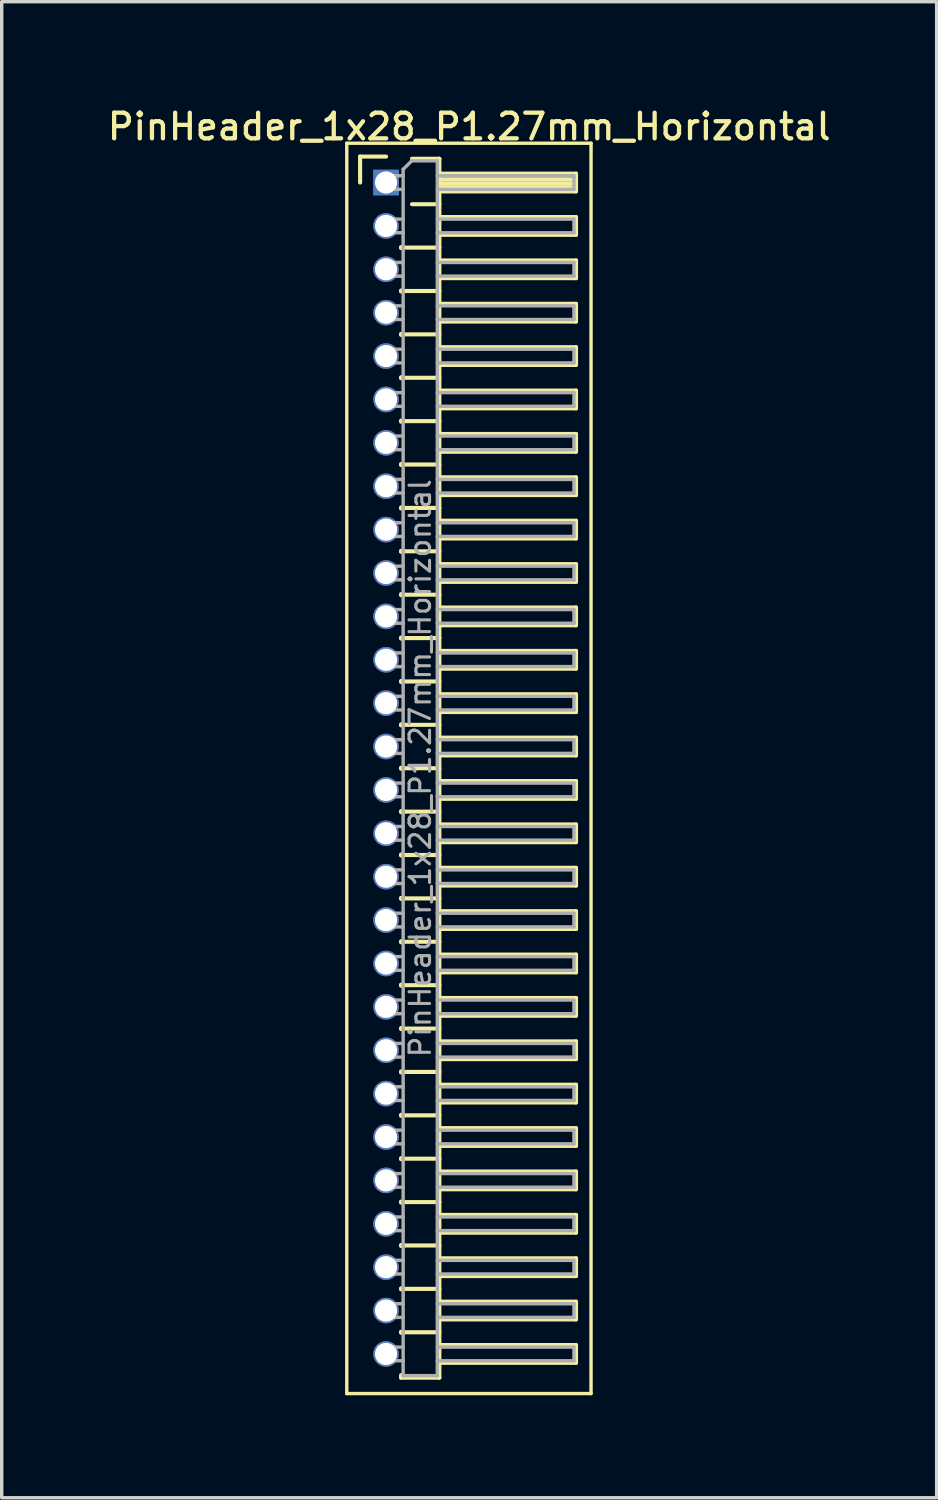
<source format=kicad_pcb>
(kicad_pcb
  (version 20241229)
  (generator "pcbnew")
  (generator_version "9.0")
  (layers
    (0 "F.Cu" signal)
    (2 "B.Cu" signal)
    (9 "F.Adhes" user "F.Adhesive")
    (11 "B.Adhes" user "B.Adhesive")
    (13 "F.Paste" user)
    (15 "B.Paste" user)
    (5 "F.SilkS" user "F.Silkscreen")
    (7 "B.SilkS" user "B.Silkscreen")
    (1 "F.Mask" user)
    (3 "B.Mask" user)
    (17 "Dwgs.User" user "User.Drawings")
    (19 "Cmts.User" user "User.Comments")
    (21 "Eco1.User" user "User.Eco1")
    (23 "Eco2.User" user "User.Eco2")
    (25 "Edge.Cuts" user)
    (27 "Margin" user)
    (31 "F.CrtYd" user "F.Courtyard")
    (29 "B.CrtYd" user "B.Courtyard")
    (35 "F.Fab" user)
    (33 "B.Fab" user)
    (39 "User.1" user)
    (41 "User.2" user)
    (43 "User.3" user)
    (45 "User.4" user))
  (footprint "PinHeader_1x28_P1.27mm_Horizontal"
    (layer "F.Cu")
    (at 8.251 2.293)
    (property "Reference" "PinHeader_1x28_P1.27mm_Horizontal" (at 2.433 -1.635 0) (layer "F.SilkS") (effects (font (size 0.75 0.75) (thickness 0.125))))
    (attr through_hole)
    (fp_line (start -1.15 -1.15) (end -1.15 35.45) (stroke (width 0.1) (type solid)) (layer "F.SilkS"))
    (fp_line (start -1.15 35.45) (end 6 35.45) (stroke (width 0.1) (type solid)) (layer "F.SilkS"))
    (fp_line (start -0.76 -0.76) (end 0 -0.76) (stroke (width 0.12) (type solid)) (layer "F.SilkS"))
    (fp_line (start -0.76 0) (end -0.76 -0.76) (stroke (width 0.12) (type solid)) (layer "F.SilkS"))
    (fp_line (start 0.44 1.89) (end 0.44 1.92) (stroke (width 0.12) (type solid)) (layer "F.SilkS"))
    (fp_line (start 0.44 1.905) (end 1.56 1.905) (stroke (width 0.12) (type solid)) (layer "F.SilkS"))
    (fp_line (start 0.44 3.16) (end 0.44 3.19) (stroke (width 0.12) (type solid)) (layer "F.SilkS"))
    (fp_line (start 0.44 3.175) (end 1.56 3.175) (stroke (width 0.12) (type solid)) (layer "F.SilkS"))
    (fp_line (start 0.44 4.43) (end 0.44 4.46) (stroke (width 0.12) (type solid)) (layer "F.SilkS"))
    (fp_line (start 0.44 4.445) (end 1.56 4.445) (stroke (width 0.12) (type solid)) (layer "F.SilkS"))
    (fp_line (start 0.44 5.7) (end 0.44 5.73) (stroke (width 0.12) (type solid)) (layer "F.SilkS"))
    (fp_line (start 0.44 5.715) (end 1.56 5.715) (stroke (width 0.12) (type solid)) (layer "F.SilkS"))
    (fp_line (start 0.44 6.97) (end 0.44 7) (stroke (width 0.12) (type solid)) (layer "F.SilkS"))
    (fp_line (start 0.44 6.985) (end 1.56 6.985) (stroke (width 0.12) (type solid)) (layer "F.SilkS"))
    (fp_line (start 0.44 8.24) (end 0.44 8.27) (stroke (width 0.12) (type solid)) (layer "F.SilkS"))
    (fp_line (start 0.44 8.255) (end 1.56 8.255) (stroke (width 0.12) (type solid)) (layer "F.SilkS"))
    (fp_line (start 0.44 9.51) (end 0.44 9.54) (stroke (width 0.12) (type solid)) (layer "F.SilkS"))
    (fp_line (start 0.44 9.525) (end 1.56 9.525) (stroke (width 0.12) (type solid)) (layer "F.SilkS"))
    (fp_line (start 0.44 10.78) (end 0.44 10.81) (stroke (width 0.12) (type solid)) (layer "F.SilkS"))
    (fp_line (start 0.44 10.795) (end 1.56 10.795) (stroke (width 0.12) (type solid)) (layer "F.SilkS"))
    (fp_line (start 0.44 12.05) (end 0.44 12.08) (stroke (width 0.12) (type solid)) (layer "F.SilkS"))
    (fp_line (start 0.44 12.065) (end 1.56 12.065) (stroke (width 0.12) (type solid)) (layer "F.SilkS"))
    (fp_line (start 0.44 13.32) (end 0.44 13.35) (stroke (width 0.12) (type solid)) (layer "F.SilkS"))
    (fp_line (start 0.44 13.335) (end 1.56 13.335) (stroke (width 0.12) (type solid)) (layer "F.SilkS"))
    (fp_line (start 0.44 14.59) (end 0.44 14.62) (stroke (width 0.12) (type solid)) (layer "F.SilkS"))
    (fp_line (start 0.44 14.605) (end 1.56 14.605) (stroke (width 0.12) (type solid)) (layer "F.SilkS"))
    (fp_line (start 0.44 15.86) (end 0.44 15.89) (stroke (width 0.12) (type solid)) (layer "F.SilkS"))
    (fp_line (start 0.44 15.875) (end 1.56 15.875) (stroke (width 0.12) (type solid)) (layer "F.SilkS"))
    (fp_line (start 0.44 17.13) (end 0.44 17.16) (stroke (width 0.12) (type solid)) (layer "F.SilkS"))
    (fp_line (start 0.44 17.145) (end 1.56 17.145) (stroke (width 0.12) (type solid)) (layer "F.SilkS"))
    (fp_line (start 0.44 18.4) (end 0.44 18.43) (stroke (width 0.12) (type solid)) (layer "F.SilkS"))
    (fp_line (start 0.44 18.415) (end 1.56 18.415) (stroke (width 0.12) (type solid)) (layer "F.SilkS"))
    (fp_line (start 0.44 19.67) (end 0.44 19.7) (stroke (width 0.12) (type solid)) (layer "F.SilkS"))
    (fp_line (start 0.44 19.685) (end 1.56 19.685) (stroke (width 0.12) (type solid)) (layer "F.SilkS"))
    (fp_line (start 0.44 20.94) (end 0.44 20.97) (stroke (width 0.12) (type solid)) (layer "F.SilkS"))
    (fp_line (start 0.44 20.955) (end 1.56 20.955) (stroke (width 0.12) (type solid)) (layer "F.SilkS"))
    (fp_line (start 0.44 22.21) (end 0.44 22.24) (stroke (width 0.12) (type solid)) (layer "F.SilkS"))
    (fp_line (start 0.44 22.225) (end 1.56 22.225) (stroke (width 0.12) (type solid)) (layer "F.SilkS"))
    (fp_line (start 0.44 23.48) (end 0.44 23.51) (stroke (width 0.12) (type solid)) (layer "F.SilkS"))
    (fp_line (start 0.44 23.495) (end 1.56 23.495) (stroke (width 0.12) (type solid)) (layer "F.SilkS"))
    (fp_line (start 0.44 24.75) (end 0.44 24.78) (stroke (width 0.12) (type solid)) (layer "F.SilkS"))
    (fp_line (start 0.44 24.765) (end 1.56 24.765) (stroke (width 0.12) (type solid)) (layer "F.SilkS"))
    (fp_line (start 0.44 26.02) (end 0.44 26.05) (stroke (width 0.12) (type solid)) (layer "F.SilkS"))
    (fp_line (start 0.44 26.035) (end 1.56 26.035) (stroke (width 0.12) (type solid)) (layer "F.SilkS"))
    (fp_line (start 0.44 27.29) (end 0.44 27.32) (stroke (width 0.12) (type solid)) (layer "F.SilkS"))
    (fp_line (start 0.44 27.305) (end 1.56 27.305) (stroke (width 0.12) (type solid)) (layer "F.SilkS"))
    (fp_line (start 0.44 28.56) (end 0.44 28.59) (stroke (width 0.12) (type solid)) (layer "F.SilkS"))
    (fp_line (start 0.44 28.575) (end 1.56 28.575) (stroke (width 0.12) (type solid)) (layer "F.SilkS"))
    (fp_line (start 0.44 29.83) (end 0.44 29.86) (stroke (width 0.12) (type solid)) (layer "F.SilkS"))
    (fp_line (start 0.44 29.845) (end 1.56 29.845) (stroke (width 0.12) (type solid)) (layer "F.SilkS"))
    (fp_line (start 0.44 31.1) (end 0.44 31.13) (stroke (width 0.12) (type solid)) (layer "F.SilkS"))
    (fp_line (start 0.44 31.115) (end 1.56 31.115) (stroke (width 0.12) (type solid)) (layer "F.SilkS"))
    (fp_line (start 0.44 32.37) (end 0.44 32.4) (stroke (width 0.12) (type solid)) (layer "F.SilkS"))
    (fp_line (start 0.44 32.385) (end 1.56 32.385) (stroke (width 0.12) (type solid)) (layer "F.SilkS"))
    (fp_line (start 0.44 33.64) (end 0.44 33.67) (stroke (width 0.12) (type solid)) (layer "F.SilkS"))
    (fp_line (start 0.44 33.655) (end 1.56 33.655) (stroke (width 0.12) (type solid)) (layer "F.SilkS"))
    (fp_line (start 0.44 34.985) (end 0.44 34.91) (stroke (width 0.12) (type solid)) (layer "F.SilkS"))
    (fp_line (start 0.76 -0.695) (end 1.56 -0.695) (stroke (width 0.12) (type solid)) (layer "F.SilkS"))
    (fp_line (start 0.76 0.635) (end 1.56 0.635) (stroke (width 0.12) (type solid)) (layer "F.SilkS"))
    (fp_line (start 1.56 -0.695) (end 1.56 34.985) (stroke (width 0.12) (type solid)) (layer "F.SilkS"))
    (fp_line (start 1.56 -0.26) (end 5.56 -0.26) (stroke (width 0.12) (type solid)) (layer "F.SilkS"))
    (fp_line (start 1.56 -0.2) (end 5.56 -0.2) (stroke (width 0.12) (type solid)) (layer "F.SilkS"))
    (fp_line (start 1.56 -0.08) (end 5.56 -0.08) (stroke (width 0.12) (type solid)) (layer "F.SilkS"))
    (fp_line (start 1.56 0.04) (end 5.56 0.04) (stroke (width 0.12) (type solid)) (layer "F.SilkS"))
    (fp_line (start 1.56 0.16) (end 5.56 0.16) (stroke (width 0.12) (type solid)) (layer "F.SilkS"))
    (fp_line (start 1.56 1.01) (end 5.56 1.01) (stroke (width 0.12) (type solid)) (layer "F.SilkS"))
    (fp_line (start 1.56 2.28) (end 5.56 2.28) (stroke (width 0.12) (type solid)) (layer "F.SilkS"))
    (fp_line (start 1.56 3.55) (end 5.56 3.55) (stroke (width 0.12) (type solid)) (layer "F.SilkS"))
    (fp_line (start 1.56 4.82) (end 5.56 4.82) (stroke (width 0.12) (type solid)) (layer "F.SilkS"))
    (fp_line (start 1.56 6.09) (end 5.56 6.09) (stroke (width 0.12) (type solid)) (layer "F.SilkS"))
    (fp_line (start 1.56 7.36) (end 5.56 7.36) (stroke (width 0.12) (type solid)) (layer "F.SilkS"))
    (fp_line (start 1.56 8.63) (end 5.56 8.63) (stroke (width 0.12) (type solid)) (layer "F.SilkS"))
    (fp_line (start 1.56 9.9) (end 5.56 9.9) (stroke (width 0.12) (type solid)) (layer "F.SilkS"))
    (fp_line (start 1.56 11.17) (end 5.56 11.17) (stroke (width 0.12) (type solid)) (layer "F.SilkS"))
    (fp_line (start 1.56 12.44) (end 5.56 12.44) (stroke (width 0.12) (type solid)) (layer "F.SilkS"))
    (fp_line (start 1.56 13.71) (end 5.56 13.71) (stroke (width 0.12) (type solid)) (layer "F.SilkS"))
    (fp_line (start 1.56 14.98) (end 5.56 14.98) (stroke (width 0.12) (type solid)) (layer "F.SilkS"))
    (fp_line (start 1.56 16.25) (end 5.56 16.25) (stroke (width 0.12) (type solid)) (layer "F.SilkS"))
    (fp_line (start 1.56 17.52) (end 5.56 17.52) (stroke (width 0.12) (type solid)) (layer "F.SilkS"))
    (fp_line (start 1.56 18.79) (end 5.56 18.79) (stroke (width 0.12) (type solid)) (layer "F.SilkS"))
    (fp_line (start 1.56 20.06) (end 5.56 20.06) (stroke (width 0.12) (type solid)) (layer "F.SilkS"))
    (fp_line (start 1.56 21.33) (end 5.56 21.33) (stroke (width 0.12) (type solid)) (layer "F.SilkS"))
    (fp_line (start 1.56 22.6) (end 5.56 22.6) (stroke (width 0.12) (type solid)) (layer "F.SilkS"))
    (fp_line (start 1.56 23.87) (end 5.56 23.87) (stroke (width 0.12) (type solid)) (layer "F.SilkS"))
    (fp_line (start 1.56 25.14) (end 5.56 25.14) (stroke (width 0.12) (type solid)) (layer "F.SilkS"))
    (fp_line (start 1.56 26.41) (end 5.56 26.41) (stroke (width 0.12) (type solid)) (layer "F.SilkS"))
    (fp_line (start 1.56 27.68) (end 5.56 27.68) (stroke (width 0.12) (type solid)) (layer "F.SilkS"))
    (fp_line (start 1.56 28.95) (end 5.56 28.95) (stroke (width 0.12) (type solid)) (layer "F.SilkS"))
    (fp_line (start 1.56 30.22) (end 5.56 30.22) (stroke (width 0.12) (type solid)) (layer "F.SilkS"))
    (fp_line (start 1.56 31.49) (end 5.56 31.49) (stroke (width 0.12) (type solid)) (layer "F.SilkS"))
    (fp_line (start 1.56 32.76) (end 5.56 32.76) (stroke (width 0.12) (type solid)) (layer "F.SilkS"))
    (fp_line (start 1.56 34.03) (end 5.56 34.03) (stroke (width 0.12) (type solid)) (layer "F.SilkS"))
    (fp_line (start 1.56 34.985) (end 0.44 34.985) (stroke (width 0.12) (type solid)) (layer "F.SilkS"))
    (fp_line (start 5.56 -0.26) (end 5.56 0.26) (stroke (width 0.12) (type solid)) (layer "F.SilkS"))
    (fp_line (start 5.56 0.26) (end 1.56 0.26) (stroke (width 0.12) (type solid)) (layer "F.SilkS"))
    (fp_line (start 5.56 1.01) (end 5.56 1.53) (stroke (width 0.12) (type solid)) (layer "F.SilkS"))
    (fp_line (start 5.56 1.53) (end 1.56 1.53) (stroke (width 0.12) (type solid)) (layer "F.SilkS"))
    (fp_line (start 5.56 2.28) (end 5.56 2.8) (stroke (width 0.12) (type solid)) (layer "F.SilkS"))
    (fp_line (start 5.56 2.8) (end 1.56 2.8) (stroke (width 0.12) (type solid)) (layer "F.SilkS"))
    (fp_line (start 5.56 3.55) (end 5.56 4.07) (stroke (width 0.12) (type solid)) (layer "F.SilkS"))
    (fp_line (start 5.56 4.07) (end 1.56 4.07) (stroke (width 0.12) (type solid)) (layer "F.SilkS"))
    (fp_line (start 5.56 4.82) (end 5.56 5.34) (stroke (width 0.12) (type solid)) (layer "F.SilkS"))
    (fp_line (start 5.56 5.34) (end 1.56 5.34) (stroke (width 0.12) (type solid)) (layer "F.SilkS"))
    (fp_line (start 5.56 6.09) (end 5.56 6.61) (stroke (width 0.12) (type solid)) (layer "F.SilkS"))
    (fp_line (start 5.56 6.61) (end 1.56 6.61) (stroke (width 0.12) (type solid)) (layer "F.SilkS"))
    (fp_line (start 5.56 7.36) (end 5.56 7.88) (stroke (width 0.12) (type solid)) (layer "F.SilkS"))
    (fp_line (start 5.56 7.88) (end 1.56 7.88) (stroke (width 0.12) (type solid)) (layer "F.SilkS"))
    (fp_line (start 5.56 8.63) (end 5.56 9.15) (stroke (width 0.12) (type solid)) (layer "F.SilkS"))
    (fp_line (start 5.56 9.15) (end 1.56 9.15) (stroke (width 0.12) (type solid)) (layer "F.SilkS"))
    (fp_line (start 5.56 9.9) (end 5.56 10.42) (stroke (width 0.12) (type solid)) (layer "F.SilkS"))
    (fp_line (start 5.56 10.42) (end 1.56 10.42) (stroke (width 0.12) (type solid)) (layer "F.SilkS"))
    (fp_line (start 5.56 11.17) (end 5.56 11.69) (stroke (width 0.12) (type solid)) (layer "F.SilkS"))
    (fp_line (start 5.56 11.69) (end 1.56 11.69) (stroke (width 0.12) (type solid)) (layer "F.SilkS"))
    (fp_line (start 5.56 12.44) (end 5.56 12.96) (stroke (width 0.12) (type solid)) (layer "F.SilkS"))
    (fp_line (start 5.56 12.96) (end 1.56 12.96) (stroke (width 0.12) (type solid)) (layer "F.SilkS"))
    (fp_line (start 5.56 13.71) (end 5.56 14.23) (stroke (width 0.12) (type solid)) (layer "F.SilkS"))
    (fp_line (start 5.56 14.23) (end 1.56 14.23) (stroke (width 0.12) (type solid)) (layer "F.SilkS"))
    (fp_line (start 5.56 14.98) (end 5.56 15.5) (stroke (width 0.12) (type solid)) (layer "F.SilkS"))
    (fp_line (start 5.56 15.5) (end 1.56 15.5) (stroke (width 0.12) (type solid)) (layer "F.SilkS"))
    (fp_line (start 5.56 16.25) (end 5.56 16.77) (stroke (width 0.12) (type solid)) (layer "F.SilkS"))
    (fp_line (start 5.56 16.77) (end 1.56 16.77) (stroke (width 0.12) (type solid)) (layer "F.SilkS"))
    (fp_line (start 5.56 17.52) (end 5.56 18.04) (stroke (width 0.12) (type solid)) (layer "F.SilkS"))
    (fp_line (start 5.56 18.04) (end 1.56 18.04) (stroke (width 0.12) (type solid)) (layer "F.SilkS"))
    (fp_line (start 5.56 18.79) (end 5.56 19.31) (stroke (width 0.12) (type solid)) (layer "F.SilkS"))
    (fp_line (start 5.56 19.31) (end 1.56 19.31) (stroke (width 0.12) (type solid)) (layer "F.SilkS"))
    (fp_line (start 5.56 20.06) (end 5.56 20.58) (stroke (width 0.12) (type solid)) (layer "F.SilkS"))
    (fp_line (start 5.56 20.58) (end 1.56 20.58) (stroke (width 0.12) (type solid)) (layer "F.SilkS"))
    (fp_line (start 5.56 21.33) (end 5.56 21.85) (stroke (width 0.12) (type solid)) (layer "F.SilkS"))
    (fp_line (start 5.56 21.85) (end 1.56 21.85) (stroke (width 0.12) (type solid)) (layer "F.SilkS"))
    (fp_line (start 5.56 22.6) (end 5.56 23.12) (stroke (width 0.12) (type solid)) (layer "F.SilkS"))
    (fp_line (start 5.56 23.12) (end 1.56 23.12) (stroke (width 0.12) (type solid)) (layer "F.SilkS"))
    (fp_line (start 5.56 23.87) (end 5.56 24.39) (stroke (width 0.12) (type solid)) (layer "F.SilkS"))
    (fp_line (start 5.56 24.39) (end 1.56 24.39) (stroke (width 0.12) (type solid)) (layer "F.SilkS"))
    (fp_line (start 5.56 25.14) (end 5.56 25.66) (stroke (width 0.12) (type solid)) (layer "F.SilkS"))
    (fp_line (start 5.56 25.66) (end 1.56 25.66) (stroke (width 0.12) (type solid)) (layer "F.SilkS"))
    (fp_line (start 5.56 26.41) (end 5.56 26.93) (stroke (width 0.12) (type solid)) (layer "F.SilkS"))
    (fp_line (start 5.56 26.93) (end 1.56 26.93) (stroke (width 0.12) (type solid)) (layer "F.SilkS"))
    (fp_line (start 5.56 27.68) (end 5.56 28.2) (stroke (width 0.12) (type solid)) (layer "F.SilkS"))
    (fp_line (start 5.56 28.2) (end 1.56 28.2) (stroke (width 0.12) (type solid)) (layer "F.SilkS"))
    (fp_line (start 5.56 28.95) (end 5.56 29.47) (stroke (width 0.12) (type solid)) (layer "F.SilkS"))
    (fp_line (start 5.56 29.47) (end 1.56 29.47) (stroke (width 0.12) (type solid)) (layer "F.SilkS"))
    (fp_line (start 5.56 30.22) (end 5.56 30.74) (stroke (width 0.12) (type solid)) (layer "F.SilkS"))
    (fp_line (start 5.56 30.74) (end 1.56 30.74) (stroke (width 0.12) (type solid)) (layer "F.SilkS"))
    (fp_line (start 5.56 31.49) (end 5.56 32.01) (stroke (width 0.12) (type solid)) (layer "F.SilkS"))
    (fp_line (start 5.56 32.01) (end 1.56 32.01) (stroke (width 0.12) (type solid)) (layer "F.SilkS"))
    (fp_line (start 5.56 32.76) (end 5.56 33.28) (stroke (width 0.12) (type solid)) (layer "F.SilkS"))
    (fp_line (start 5.56 33.28) (end 1.56 33.28) (stroke (width 0.12) (type solid)) (layer "F.SilkS"))
    (fp_line (start 5.56 34.03) (end 5.56 34.55) (stroke (width 0.12) (type solid)) (layer "F.SilkS"))
    (fp_line (start 5.56 34.55) (end 1.56 34.55) (stroke (width 0.12) (type solid)) (layer "F.SilkS"))
    (fp_line (start 6 -1.15) (end -1.15 -1.15) (stroke (width 0.1) (type solid)) (layer "F.SilkS"))
    (fp_line (start 6 35.45) (end 6 -1.15) (stroke (width 0.1) (type solid)) (layer "F.SilkS"))
    (fp_line (start -0.2 -0.2) (end -0.2 0.2) (stroke (width 0.1) (type solid)) (layer "F.Fab"))
    (fp_line (start -0.2 -0.2) (end 0.5 -0.2) (stroke (width 0.1) (type solid)) (layer "F.Fab"))
    (fp_line (start -0.2 0.2) (end 0.5 0.2) (stroke (width 0.1) (type solid)) (layer "F.Fab"))
    (fp_line (start -0.2 1.07) (end -0.2 1.47) (stroke (width 0.1) (type solid)) (layer "F.Fab"))
    (fp_line (start -0.2 1.07) (end 0.5 1.07) (stroke (width 0.1) (type solid)) (layer "F.Fab"))
    (fp_line (start -0.2 1.47) (end 0.5 1.47) (stroke (width 0.1) (type solid)) (layer "F.Fab"))
    (fp_line (start -0.2 2.34) (end -0.2 2.74) (stroke (width 0.1) (type solid)) (layer "F.Fab"))
    (fp_line (start -0.2 2.34) (end 0.5 2.34) (stroke (width 0.1) (type solid)) (layer "F.Fab"))
    (fp_line (start -0.2 2.74) (end 0.5 2.74) (stroke (width 0.1) (type solid)) (layer "F.Fab"))
    (fp_line (start -0.2 3.61) (end -0.2 4.01) (stroke (width 0.1) (type solid)) (layer "F.Fab"))
    (fp_line (start -0.2 3.61) (end 0.5 3.61) (stroke (width 0.1) (type solid)) (layer "F.Fab"))
    (fp_line (start -0.2 4.01) (end 0.5 4.01) (stroke (width 0.1) (type solid)) (layer "F.Fab"))
    (fp_line (start -0.2 4.88) (end -0.2 5.28) (stroke (width 0.1) (type solid)) (layer "F.Fab"))
    (fp_line (start -0.2 4.88) (end 0.5 4.88) (stroke (width 0.1) (type solid)) (layer "F.Fab"))
    (fp_line (start -0.2 5.28) (end 0.5 5.28) (stroke (width 0.1) (type solid)) (layer "F.Fab"))
    (fp_line (start -0.2 6.15) (end -0.2 6.55) (stroke (width 0.1) (type solid)) (layer "F.Fab"))
    (fp_line (start -0.2 6.15) (end 0.5 6.15) (stroke (width 0.1) (type solid)) (layer "F.Fab"))
    (fp_line (start -0.2 6.55) (end 0.5 6.55) (stroke (width 0.1) (type solid)) (layer "F.Fab"))
    (fp_line (start -0.2 7.42) (end -0.2 7.82) (stroke (width 0.1) (type solid)) (layer "F.Fab"))
    (fp_line (start -0.2 7.42) (end 0.5 7.42) (stroke (width 0.1) (type solid)) (layer "F.Fab"))
    (fp_line (start -0.2 7.82) (end 0.5 7.82) (stroke (width 0.1) (type solid)) (layer "F.Fab"))
    (fp_line (start -0.2 8.69) (end -0.2 9.09) (stroke (width 0.1) (type solid)) (layer "F.Fab"))
    (fp_line (start -0.2 8.69) (end 0.5 8.69) (stroke (width 0.1) (type solid)) (layer "F.Fab"))
    (fp_line (start -0.2 9.09) (end 0.5 9.09) (stroke (width 0.1) (type solid)) (layer "F.Fab"))
    (fp_line (start -0.2 9.96) (end -0.2 10.36) (stroke (width 0.1) (type solid)) (layer "F.Fab"))
    (fp_line (start -0.2 9.96) (end 0.5 9.96) (stroke (width 0.1) (type solid)) (layer "F.Fab"))
    (fp_line (start -0.2 10.36) (end 0.5 10.36) (stroke (width 0.1) (type solid)) (layer "F.Fab"))
    (fp_line (start -0.2 11.23) (end -0.2 11.63) (stroke (width 0.1) (type solid)) (layer "F.Fab"))
    (fp_line (start -0.2 11.23) (end 0.5 11.23) (stroke (width 0.1) (type solid)) (layer "F.Fab"))
    (fp_line (start -0.2 11.63) (end 0.5 11.63) (stroke (width 0.1) (type solid)) (layer "F.Fab"))
    (fp_line (start -0.2 12.5) (end -0.2 12.9) (stroke (width 0.1) (type solid)) (layer "F.Fab"))
    (fp_line (start -0.2 12.5) (end 0.5 12.5) (stroke (width 0.1) (type solid)) (layer "F.Fab"))
    (fp_line (start -0.2 12.9) (end 0.5 12.9) (stroke (width 0.1) (type solid)) (layer "F.Fab"))
    (fp_line (start -0.2 13.77) (end -0.2 14.17) (stroke (width 0.1) (type solid)) (layer "F.Fab"))
    (fp_line (start -0.2 13.77) (end 0.5 13.77) (stroke (width 0.1) (type solid)) (layer "F.Fab"))
    (fp_line (start -0.2 14.17) (end 0.5 14.17) (stroke (width 0.1) (type solid)) (layer "F.Fab"))
    (fp_line (start -0.2 15.04) (end -0.2 15.44) (stroke (width 0.1) (type solid)) (layer "F.Fab"))
    (fp_line (start -0.2 15.04) (end 0.5 15.04) (stroke (width 0.1) (type solid)) (layer "F.Fab"))
    (fp_line (start -0.2 15.44) (end 0.5 15.44) (stroke (width 0.1) (type solid)) (layer "F.Fab"))
    (fp_line (start -0.2 16.31) (end -0.2 16.71) (stroke (width 0.1) (type solid)) (layer "F.Fab"))
    (fp_line (start -0.2 16.31) (end 0.5 16.31) (stroke (width 0.1) (type solid)) (layer "F.Fab"))
    (fp_line (start -0.2 16.71) (end 0.5 16.71) (stroke (width 0.1) (type solid)) (layer "F.Fab"))
    (fp_line (start -0.2 17.58) (end -0.2 17.98) (stroke (width 0.1) (type solid)) (layer "F.Fab"))
    (fp_line (start -0.2 17.58) (end 0.5 17.58) (stroke (width 0.1) (type solid)) (layer "F.Fab"))
    (fp_line (start -0.2 17.98) (end 0.5 17.98) (stroke (width 0.1) (type solid)) (layer "F.Fab"))
    (fp_line (start -0.2 18.85) (end -0.2 19.25) (stroke (width 0.1) (type solid)) (layer "F.Fab"))
    (fp_line (start -0.2 18.85) (end 0.5 18.85) (stroke (width 0.1) (type solid)) (layer "F.Fab"))
    (fp_line (start -0.2 19.25) (end 0.5 19.25) (stroke (width 0.1) (type solid)) (layer "F.Fab"))
    (fp_line (start -0.2 20.12) (end -0.2 20.52) (stroke (width 0.1) (type solid)) (layer "F.Fab"))
    (fp_line (start -0.2 20.12) (end 0.5 20.12) (stroke (width 0.1) (type solid)) (layer "F.Fab"))
    (fp_line (start -0.2 20.52) (end 0.5 20.52) (stroke (width 0.1) (type solid)) (layer "F.Fab"))
    (fp_line (start -0.2 21.39) (end -0.2 21.79) (stroke (width 0.1) (type solid)) (layer "F.Fab"))
    (fp_line (start -0.2 21.39) (end 0.5 21.39) (stroke (width 0.1) (type solid)) (layer "F.Fab"))
    (fp_line (start -0.2 21.79) (end 0.5 21.79) (stroke (width 0.1) (type solid)) (layer "F.Fab"))
    (fp_line (start -0.2 22.66) (end -0.2 23.06) (stroke (width 0.1) (type solid)) (layer "F.Fab"))
    (fp_line (start -0.2 22.66) (end 0.5 22.66) (stroke (width 0.1) (type solid)) (layer "F.Fab"))
    (fp_line (start -0.2 23.06) (end 0.5 23.06) (stroke (width 0.1) (type solid)) (layer "F.Fab"))
    (fp_line (start -0.2 23.93) (end -0.2 24.33) (stroke (width 0.1) (type solid)) (layer "F.Fab"))
    (fp_line (start -0.2 23.93) (end 0.5 23.93) (stroke (width 0.1) (type solid)) (layer "F.Fab"))
    (fp_line (start -0.2 24.33) (end 0.5 24.33) (stroke (width 0.1) (type solid)) (layer "F.Fab"))
    (fp_line (start -0.2 25.2) (end -0.2 25.6) (stroke (width 0.1) (type solid)) (layer "F.Fab"))
    (fp_line (start -0.2 25.2) (end 0.5 25.2) (stroke (width 0.1) (type solid)) (layer "F.Fab"))
    (fp_line (start -0.2 25.6) (end 0.5 25.6) (stroke (width 0.1) (type solid)) (layer "F.Fab"))
    (fp_line (start -0.2 26.47) (end -0.2 26.87) (stroke (width 0.1) (type solid)) (layer "F.Fab"))
    (fp_line (start -0.2 26.47) (end 0.5 26.47) (stroke (width 0.1) (type solid)) (layer "F.Fab"))
    (fp_line (start -0.2 26.87) (end 0.5 26.87) (stroke (width 0.1) (type solid)) (layer "F.Fab"))
    (fp_line (start -0.2 27.74) (end -0.2 28.14) (stroke (width 0.1) (type solid)) (layer "F.Fab"))
    (fp_line (start -0.2 27.74) (end 0.5 27.74) (stroke (width 0.1) (type solid)) (layer "F.Fab"))
    (fp_line (start -0.2 28.14) (end 0.5 28.14) (stroke (width 0.1) (type solid)) (layer "F.Fab"))
    (fp_line (start -0.2 29.01) (end -0.2 29.41) (stroke (width 0.1) (type solid)) (layer "F.Fab"))
    (fp_line (start -0.2 29.01) (end 0.5 29.01) (stroke (width 0.1) (type solid)) (layer "F.Fab"))
    (fp_line (start -0.2 29.41) (end 0.5 29.41) (stroke (width 0.1) (type solid)) (layer "F.Fab"))
    (fp_line (start -0.2 30.28) (end -0.2 30.68) (stroke (width 0.1) (type solid)) (layer "F.Fab"))
    (fp_line (start -0.2 30.28) (end 0.5 30.28) (stroke (width 0.1) (type solid)) (layer "F.Fab"))
    (fp_line (start -0.2 30.68) (end 0.5 30.68) (stroke (width 0.1) (type solid)) (layer "F.Fab"))
    (fp_line (start -0.2 31.55) (end -0.2 31.95) (stroke (width 0.1) (type solid)) (layer "F.Fab"))
    (fp_line (start -0.2 31.55) (end 0.5 31.55) (stroke (width 0.1) (type solid)) (layer "F.Fab"))
    (fp_line (start -0.2 31.95) (end 0.5 31.95) (stroke (width 0.1) (type solid)) (layer "F.Fab"))
    (fp_line (start -0.2 32.82) (end -0.2 33.22) (stroke (width 0.1) (type solid)) (layer "F.Fab"))
    (fp_line (start -0.2 32.82) (end 0.5 32.82) (stroke (width 0.1) (type solid)) (layer "F.Fab"))
    (fp_line (start -0.2 33.22) (end 0.5 33.22) (stroke (width 0.1) (type solid)) (layer "F.Fab"))
    (fp_line (start -0.2 34.09) (end -0.2 34.49) (stroke (width 0.1) (type solid)) (layer "F.Fab"))
    (fp_line (start -0.2 34.09) (end 0.5 34.09) (stroke (width 0.1) (type solid)) (layer "F.Fab"))
    (fp_line (start -0.2 34.49) (end 0.5 34.49) (stroke (width 0.1) (type solid)) (layer "F.Fab"))
    (fp_line (start 0.5 -0.385) (end 0.75 -0.635) (stroke (width 0.1) (type solid)) (layer "F.Fab"))
    (fp_line (start 0.5 34.925) (end 0.5 -0.385) (stroke (width 0.1) (type solid)) (layer "F.Fab"))
    (fp_line (start 0.75 -0.635) (end 1.5 -0.635) (stroke (width 0.1) (type solid)) (layer "F.Fab"))
    (fp_line (start 1.5 -0.635) (end 1.5 34.925) (stroke (width 0.1) (type solid)) (layer "F.Fab"))
    (fp_line (start 1.5 -0.2) (end 5.5 -0.2) (stroke (width 0.1) (type solid)) (layer "F.Fab"))
    (fp_line (start 1.5 0.2) (end 5.5 0.2) (stroke (width 0.1) (type solid)) (layer "F.Fab"))
    (fp_line (start 1.5 1.07) (end 5.5 1.07) (stroke (width 0.1) (type solid)) (layer "F.Fab"))
    (fp_line (start 1.5 1.47) (end 5.5 1.47) (stroke (width 0.1) (type solid)) (layer "F.Fab"))
    (fp_line (start 1.5 2.34) (end 5.5 2.34) (stroke (width 0.1) (type solid)) (layer "F.Fab"))
    (fp_line (start 1.5 2.74) (end 5.5 2.74) (stroke (width 0.1) (type solid)) (layer "F.Fab"))
    (fp_line (start 1.5 3.61) (end 5.5 3.61) (stroke (width 0.1) (type solid)) (layer "F.Fab"))
    (fp_line (start 1.5 4.01) (end 5.5 4.01) (stroke (width 0.1) (type solid)) (layer "F.Fab"))
    (fp_line (start 1.5 4.88) (end 5.5 4.88) (stroke (width 0.1) (type solid)) (layer "F.Fab"))
    (fp_line (start 1.5 5.28) (end 5.5 5.28) (stroke (width 0.1) (type solid)) (layer "F.Fab"))
    (fp_line (start 1.5 6.15) (end 5.5 6.15) (stroke (width 0.1) (type solid)) (layer "F.Fab"))
    (fp_line (start 1.5 6.55) (end 5.5 6.55) (stroke (width 0.1) (type solid)) (layer "F.Fab"))
    (fp_line (start 1.5 7.42) (end 5.5 7.42) (stroke (width 0.1) (type solid)) (layer "F.Fab"))
    (fp_line (start 1.5 7.82) (end 5.5 7.82) (stroke (width 0.1) (type solid)) (layer "F.Fab"))
    (fp_line (start 1.5 8.69) (end 5.5 8.69) (stroke (width 0.1) (type solid)) (layer "F.Fab"))
    (fp_line (start 1.5 9.09) (end 5.5 9.09) (stroke (width 0.1) (type solid)) (layer "F.Fab"))
    (fp_line (start 1.5 9.96) (end 5.5 9.96) (stroke (width 0.1) (type solid)) (layer "F.Fab"))
    (fp_line (start 1.5 10.36) (end 5.5 10.36) (stroke (width 0.1) (type solid)) (layer "F.Fab"))
    (fp_line (start 1.5 11.23) (end 5.5 11.23) (stroke (width 0.1) (type solid)) (layer "F.Fab"))
    (fp_line (start 1.5 11.63) (end 5.5 11.63) (stroke (width 0.1) (type solid)) (layer "F.Fab"))
    (fp_line (start 1.5 12.5) (end 5.5 12.5) (stroke (width 0.1) (type solid)) (layer "F.Fab"))
    (fp_line (start 1.5 12.9) (end 5.5 12.9) (stroke (width 0.1) (type solid)) (layer "F.Fab"))
    (fp_line (start 1.5 13.77) (end 5.5 13.77) (stroke (width 0.1) (type solid)) (layer "F.Fab"))
    (fp_line (start 1.5 14.17) (end 5.5 14.17) (stroke (width 0.1) (type solid)) (layer "F.Fab"))
    (fp_line (start 1.5 15.04) (end 5.5 15.04) (stroke (width 0.1) (type solid)) (layer "F.Fab"))
    (fp_line (start 1.5 15.44) (end 5.5 15.44) (stroke (width 0.1) (type solid)) (layer "F.Fab"))
    (fp_line (start 1.5 16.31) (end 5.5 16.31) (stroke (width 0.1) (type solid)) (layer "F.Fab"))
    (fp_line (start 1.5 16.71) (end 5.5 16.71) (stroke (width 0.1) (type solid)) (layer "F.Fab"))
    (fp_line (start 1.5 17.58) (end 5.5 17.58) (stroke (width 0.1) (type solid)) (layer "F.Fab"))
    (fp_line (start 1.5 17.98) (end 5.5 17.98) (stroke (width 0.1) (type solid)) (layer "F.Fab"))
    (fp_line (start 1.5 18.85) (end 5.5 18.85) (stroke (width 0.1) (type solid)) (layer "F.Fab"))
    (fp_line (start 1.5 19.25) (end 5.5 19.25) (stroke (width 0.1) (type solid)) (layer "F.Fab"))
    (fp_line (start 1.5 20.12) (end 5.5 20.12) (stroke (width 0.1) (type solid)) (layer "F.Fab"))
    (fp_line (start 1.5 20.52) (end 5.5 20.52) (stroke (width 0.1) (type solid)) (layer "F.Fab"))
    (fp_line (start 1.5 21.39) (end 5.5 21.39) (stroke (width 0.1) (type solid)) (layer "F.Fab"))
    (fp_line (start 1.5 21.79) (end 5.5 21.79) (stroke (width 0.1) (type solid)) (layer "F.Fab"))
    (fp_line (start 1.5 22.66) (end 5.5 22.66) (stroke (width 0.1) (type solid)) (layer "F.Fab"))
    (fp_line (start 1.5 23.06) (end 5.5 23.06) (stroke (width 0.1) (type solid)) (layer "F.Fab"))
    (fp_line (start 1.5 23.93) (end 5.5 23.93) (stroke (width 0.1) (type solid)) (layer "F.Fab"))
    (fp_line (start 1.5 24.33) (end 5.5 24.33) (stroke (width 0.1) (type solid)) (layer "F.Fab"))
    (fp_line (start 1.5 25.2) (end 5.5 25.2) (stroke (width 0.1) (type solid)) (layer "F.Fab"))
    (fp_line (start 1.5 25.6) (end 5.5 25.6) (stroke (width 0.1) (type solid)) (layer "F.Fab"))
    (fp_line (start 1.5 26.47) (end 5.5 26.47) (stroke (width 0.1) (type solid)) (layer "F.Fab"))
    (fp_line (start 1.5 26.87) (end 5.5 26.87) (stroke (width 0.1) (type solid)) (layer "F.Fab"))
    (fp_line (start 1.5 27.74) (end 5.5 27.74) (stroke (width 0.1) (type solid)) (layer "F.Fab"))
    (fp_line (start 1.5 28.14) (end 5.5 28.14) (stroke (width 0.1) (type solid)) (layer "F.Fab"))
    (fp_line (start 1.5 29.01) (end 5.5 29.01) (stroke (width 0.1) (type solid)) (layer "F.Fab"))
    (fp_line (start 1.5 29.41) (end 5.5 29.41) (stroke (width 0.1) (type solid)) (layer "F.Fab"))
    (fp_line (start 1.5 30.28) (end 5.5 30.28) (stroke (width 0.1) (type solid)) (layer "F.Fab"))
    (fp_line (start 1.5 30.68) (end 5.5 30.68) (stroke (width 0.1) (type solid)) (layer "F.Fab"))
    (fp_line (start 1.5 31.55) (end 5.5 31.55) (stroke (width 0.1) (type solid)) (layer "F.Fab"))
    (fp_line (start 1.5 31.95) (end 5.5 31.95) (stroke (width 0.1) (type solid)) (layer "F.Fab"))
    (fp_line (start 1.5 32.82) (end 5.5 32.82) (stroke (width 0.1) (type solid)) (layer "F.Fab"))
    (fp_line (start 1.5 33.22) (end 5.5 33.22) (stroke (width 0.1) (type solid)) (layer "F.Fab"))
    (fp_line (start 1.5 34.09) (end 5.5 34.09) (stroke (width 0.1) (type solid)) (layer "F.Fab"))
    (fp_line (start 1.5 34.49) (end 5.5 34.49) (stroke (width 0.1) (type solid)) (layer "F.Fab"))
    (fp_line (start 1.5 34.925) (end 0.5 34.925) (stroke (width 0.1) (type solid)) (layer "F.Fab"))
    (fp_line (start 5.5 -0.2) (end 5.5 0.2) (stroke (width 0.1) (type solid)) (layer "F.Fab"))
    (fp_line (start 5.5 1.07) (end 5.5 1.47) (stroke (width 0.1) (type solid)) (layer "F.Fab"))
    (fp_line (start 5.5 2.34) (end 5.5 2.74) (stroke (width 0.1) (type solid)) (layer "F.Fab"))
    (fp_line (start 5.5 3.61) (end 5.5 4.01) (stroke (width 0.1) (type solid)) (layer "F.Fab"))
    (fp_line (start 5.5 4.88) (end 5.5 5.28) (stroke (width 0.1) (type solid)) (layer "F.Fab"))
    (fp_line (start 5.5 6.15) (end 5.5 6.55) (stroke (width 0.1) (type solid)) (layer "F.Fab"))
    (fp_line (start 5.5 7.42) (end 5.5 7.82) (stroke (width 0.1) (type solid)) (layer "F.Fab"))
    (fp_line (start 5.5 8.69) (end 5.5 9.09) (stroke (width 0.1) (type solid)) (layer "F.Fab"))
    (fp_line (start 5.5 9.96) (end 5.5 10.36) (stroke (width 0.1) (type solid)) (layer "F.Fab"))
    (fp_line (start 5.5 11.23) (end 5.5 11.63) (stroke (width 0.1) (type solid)) (layer "F.Fab"))
    (fp_line (start 5.5 12.5) (end 5.5 12.9) (stroke (width 0.1) (type solid)) (layer "F.Fab"))
    (fp_line (start 5.5 13.77) (end 5.5 14.17) (stroke (width 0.1) (type solid)) (layer "F.Fab"))
    (fp_line (start 5.5 15.04) (end 5.5 15.44) (stroke (width 0.1) (type solid)) (layer "F.Fab"))
    (fp_line (start 5.5 16.31) (end 5.5 16.71) (stroke (width 0.1) (type solid)) (layer "F.Fab"))
    (fp_line (start 5.5 17.58) (end 5.5 17.98) (stroke (width 0.1) (type solid)) (layer "F.Fab"))
    (fp_line (start 5.5 18.85) (end 5.5 19.25) (stroke (width 0.1) (type solid)) (layer "F.Fab"))
    (fp_line (start 5.5 20.12) (end 5.5 20.52) (stroke (width 0.1) (type solid)) (layer "F.Fab"))
    (fp_line (start 5.5 21.39) (end 5.5 21.79) (stroke (width 0.1) (type solid)) (layer "F.Fab"))
    (fp_line (start 5.5 22.66) (end 5.5 23.06) (stroke (width 0.1) (type solid)) (layer "F.Fab"))
    (fp_line (start 5.5 23.93) (end 5.5 24.33) (stroke (width 0.1) (type solid)) (layer "F.Fab"))
    (fp_line (start 5.5 25.2) (end 5.5 25.6) (stroke (width 0.1) (type solid)) (layer "F.Fab"))
    (fp_line (start 5.5 26.47) (end 5.5 26.87) (stroke (width 0.1) (type solid)) (layer "F.Fab"))
    (fp_line (start 5.5 27.74) (end 5.5 28.14) (stroke (width 0.1) (type solid)) (layer "F.Fab"))
    (fp_line (start 5.5 29.01) (end 5.5 29.41) (stroke (width 0.1) (type solid)) (layer "F.Fab"))
    (fp_line (start 5.5 30.28) (end 5.5 30.68) (stroke (width 0.1) (type solid)) (layer "F.Fab"))
    (fp_line (start 5.5 31.55) (end 5.5 31.95) (stroke (width 0.1) (type solid)) (layer "F.Fab"))
    (fp_line (start 5.5 32.82) (end 5.5 33.22) (stroke (width 0.1) (type solid)) (layer "F.Fab"))
    (fp_line (start 5.5 34.09) (end 5.5 34.49) (stroke (width 0.1) (type solid)) (layer "F.Fab"))
    (fp_text user "${REFERENCE}" (at 1 17.145 90) (layer "F.Fab") (effects (font (size 0.6 0.6) (thickness 0.09))))
    (pad "1" thru_hole rect (at 0 0) (size 0.75 0.75) (drill 0.65) (layers "*.Cu" "*.Mask"))
    (pad "2" thru_hole oval (at 0 1.27) (size 0.75 0.75) (drill 0.65) (layers "*.Cu" "*.Mask"))
    (pad "3" thru_hole oval (at 0 2.54) (size 0.75 0.75) (drill 0.65) (layers "*.Cu" "*.Mask"))
    (pad "4" thru_hole oval (at 0 3.81) (size 0.75 0.75) (drill 0.65) (layers "*.Cu" "*.Mask"))
    (pad "5" thru_hole oval (at 0 5.08) (size 0.75 0.75) (drill 0.65) (layers "*.Cu" "*.Mask"))
    (pad "6" thru_hole oval (at 0 6.35) (size 0.75 0.75) (drill 0.65) (layers "*.Cu" "*.Mask"))
    (pad "7" thru_hole oval (at 0 7.62) (size 0.75 0.75) (drill 0.65) (layers "*.Cu" "*.Mask"))
    (pad "8" thru_hole oval (at 0 8.89) (size 0.75 0.75) (drill 0.65) (layers "*.Cu" "*.Mask"))
    (pad "9" thru_hole oval (at 0 10.16) (size 0.75 0.75) (drill 0.65) (layers "*.Cu" "*.Mask"))
    (pad "10" thru_hole oval (at 0 11.43) (size 0.75 0.75) (drill 0.65) (layers "*.Cu" "*.Mask"))
    (pad "11" thru_hole oval (at 0 12.7) (size 0.75 0.75) (drill 0.65) (layers "*.Cu" "*.Mask"))
    (pad "12" thru_hole oval (at 0 13.97) (size 0.75 0.75) (drill 0.65) (layers "*.Cu" "*.Mask"))
    (pad "13" thru_hole oval (at 0 15.24) (size 0.75 0.75) (drill 0.65) (layers "*.Cu" "*.Mask"))
    (pad "14" thru_hole oval (at 0 16.51) (size 0.75 0.75) (drill 0.65) (layers "*.Cu" "*.Mask"))
    (pad "15" thru_hole oval (at 0 17.78) (size 0.75 0.75) (drill 0.65) (layers "*.Cu" "*.Mask"))
    (pad "16" thru_hole oval (at 0 19.05) (size 0.75 0.75) (drill 0.65) (layers "*.Cu" "*.Mask"))
    (pad "17" thru_hole oval (at 0 20.32) (size 0.75 0.75) (drill 0.65) (layers "*.Cu" "*.Mask"))
    (pad "18" thru_hole oval (at 0 21.59) (size 0.75 0.75) (drill 0.65) (layers "*.Cu" "*.Mask"))
    (pad "19" thru_hole oval (at 0 22.86) (size 0.75 0.75) (drill 0.65) (layers "*.Cu" "*.Mask"))
    (pad "20" thru_hole oval (at 0 24.13) (size 0.75 0.75) (drill 0.65) (layers "*.Cu" "*.Mask"))
    (pad "21" thru_hole oval (at 0 25.4) (size 0.75 0.75) (drill 0.65) (layers "*.Cu" "*.Mask"))
    (pad "22" thru_hole oval (at 0 26.67) (size 0.75 0.75) (drill 0.65) (layers "*.Cu" "*.Mask"))
    (pad "23" thru_hole oval (at 0 27.94) (size 0.75 0.75) (drill 0.65) (layers "*.Cu" "*.Mask"))
    (pad "24" thru_hole oval (at 0 29.21) (size 0.75 0.75) (drill 0.65) (layers "*.Cu" "*.Mask"))
    (pad "25" thru_hole oval (at 0 30.48) (size 0.75 0.75) (drill 0.65) (layers "*.Cu" "*.Mask"))
    (pad "26" thru_hole oval (at 0 31.75) (size 0.75 0.75) (drill 0.65) (layers "*.Cu" "*.Mask"))
    (pad "27" thru_hole oval (at 0 33.02) (size 0.75 0.75) (drill 0.65) (layers "*.Cu" "*.Mask"))
    (pad "28" thru_hole oval (at 0 34.29) (size 0.75 0.75) (drill 0.65) (layers "*.Cu" "*.Mask")))
  (gr_rect
    (start -3 -3)
    (end 24.368 40.793)
    (stroke (width 0.1) (type default))
    (fill no)
    (layer "Edge.Cuts")))
</source>
